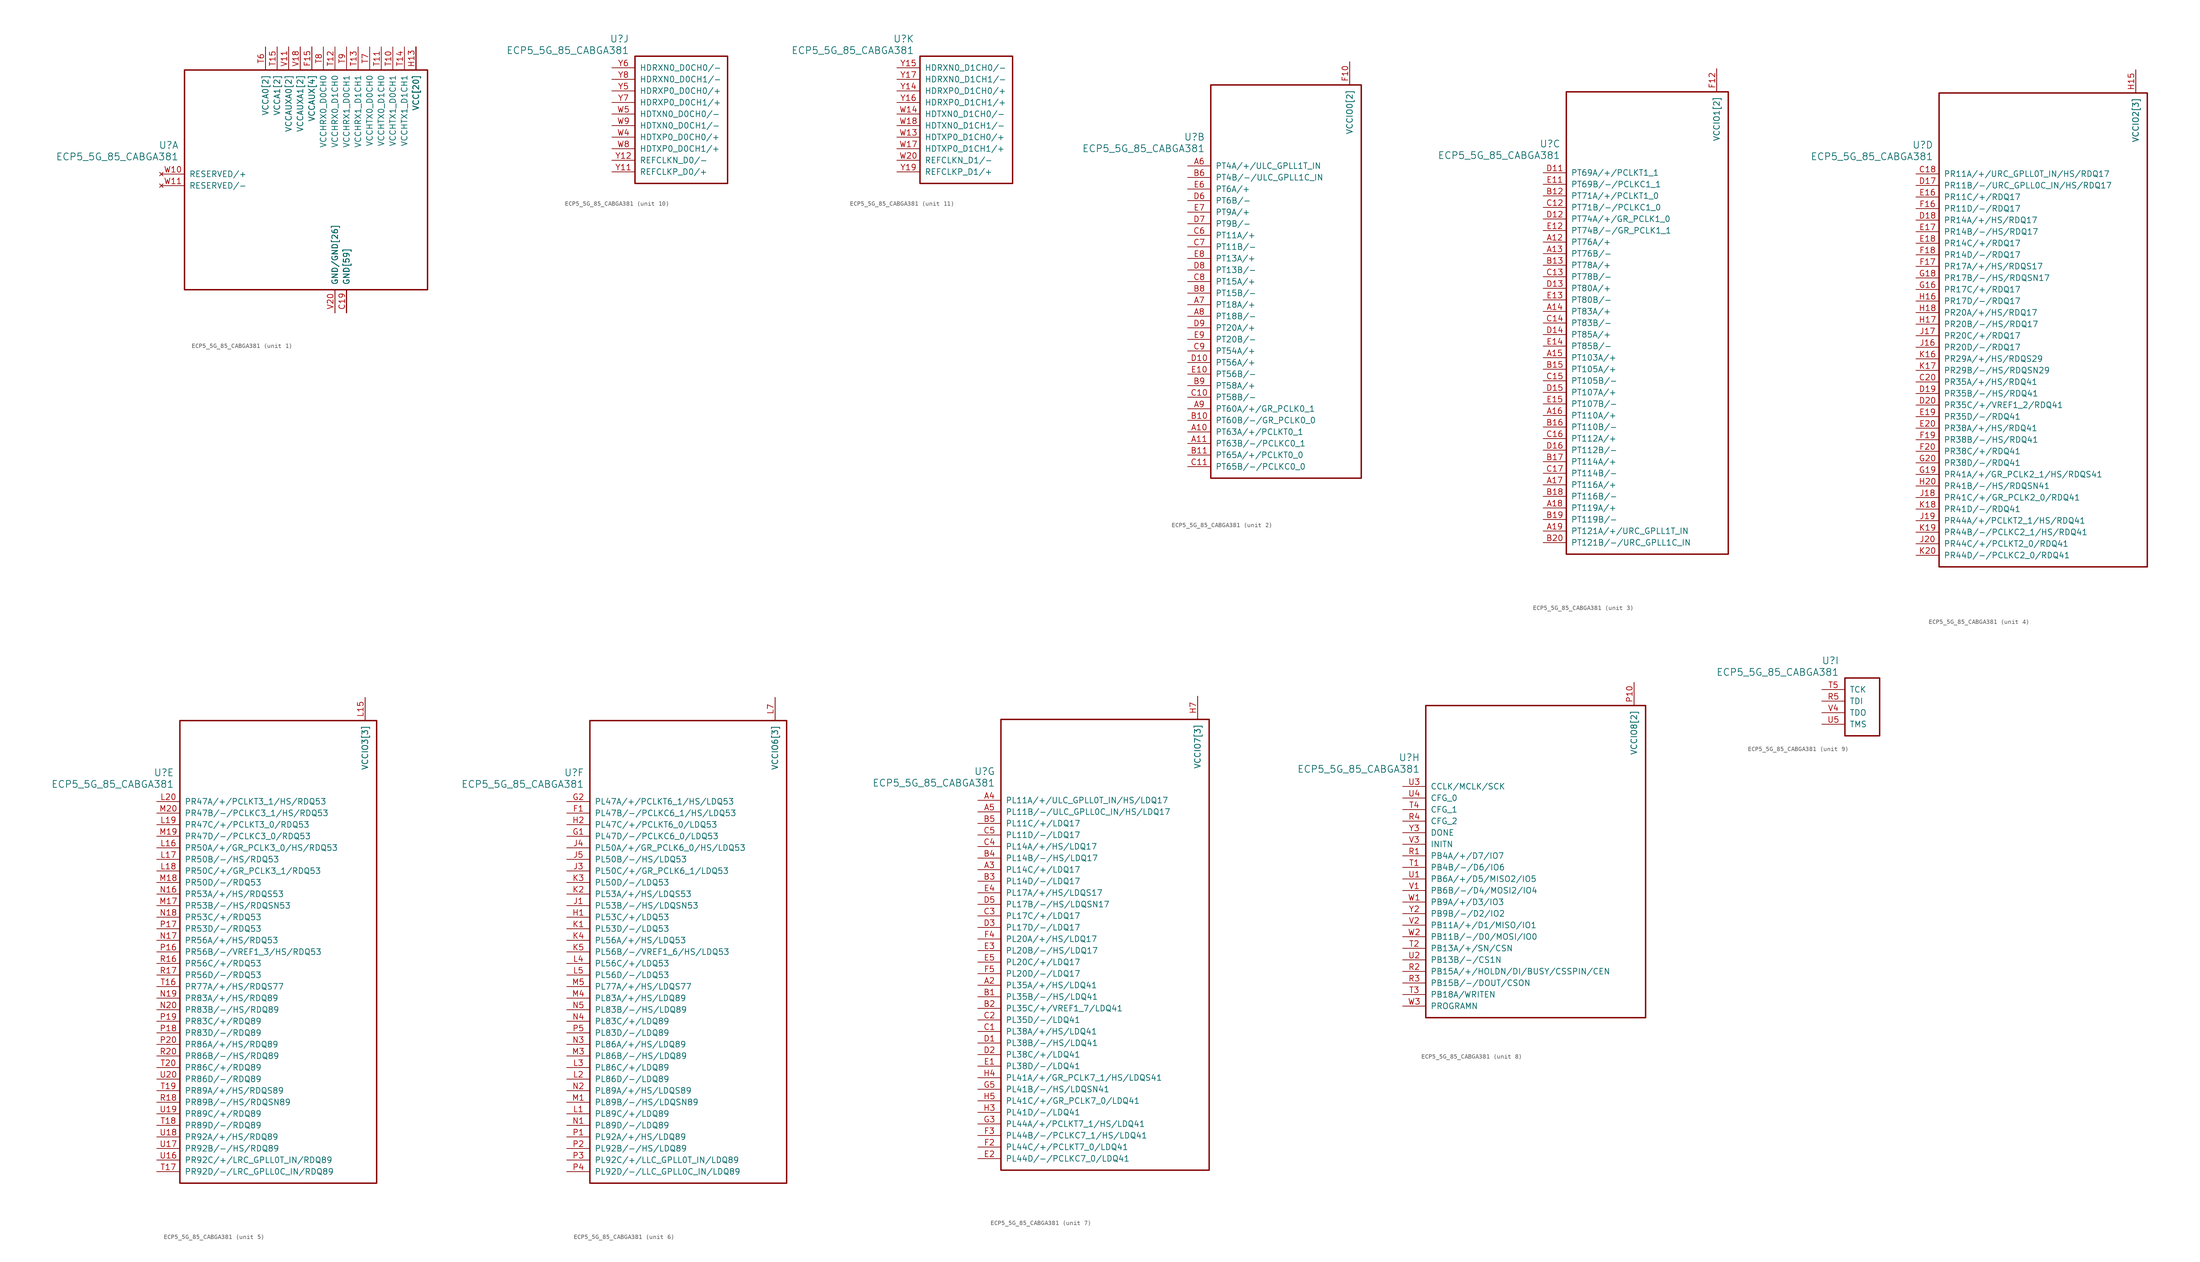
<source format=kicad_sym>
(kicad_symbol_lib
  (version 20241209)
  (generator "kicad_symbol_editor")
  (generator_version "9.0")
  (symbol "ECP5_5G_85_CABGA381"
    (pin_names
      (offset 1.016))
    (property "Reference" "U"
      (at 3.81 6.35 0)
      (effects (font (size 1.524 1.524)) (justify right)))
    (property "Value" "ECP5_5G_85_CABGA381"
      (at 3.81 3.81 0)
      (effects (font (size 1.524 1.524)) (justify right)))
    (property "ki_locked" ""
      (at 0 0 0)
      (effects (font (size 1.27 1.27))))
    (symbol "ECP5_5G_85_CABGA381_1_1"
      (rectangle (start 5.08 22.86) (end 58.42 -25.4) (stroke (width 0.305) (type solid)) (fill (type none)))
      (pin no_connect line (at 0 0 0) (length 5.08) (name "RESERVED/+" (effects (font (size 1.27 1.27)))) (number "W10" (effects (font (size 1.27 1.27)))))
      (pin no_connect line (at 0 -2.54 0) (length 5.08) (name "RESERVED/-" (effects (font (size 1.27 1.27)))) (number "W11" (effects (font (size 1.27 1.27)))))
      (pin power_in line (at 22.86 27.94 270) (length 5.08) (name "VCCA0[2]" (effects (font (size 1.27 1.27)))) (number "T6" (effects (font (size 1.27 1.27)))))
      (pin power_in line (at 22.86 27.94 270) (length 5.08) (name "VCCA0[2]" (effects (font (size 1.27 1.27)))) (number "U6" (effects (font (size 0 0)))))
      (pin power_in line (at 25.4 27.94 270) (length 5.08) (name "VCCA1[2]" (effects (font (size 1.27 1.27)))) (number "T15" (effects (font (size 1.27 1.27)))))
      (pin power_in line (at 25.4 27.94 270) (length 5.08) (name "VCCA1[2]" (effects (font (size 1.27 1.27)))) (number "U15" (effects (font (size 0 0)))))
      (pin power_in line (at 27.94 27.94 270) (length 5.08) (name "VCCAUXA0[2]" (effects (font (size 1.27 1.27)))) (number "V10" (effects (font (size 0 0)))))
      (pin power_in line (at 27.94 27.94 270) (length 5.08) (name "VCCAUXA0[2]" (effects (font (size 1.27 1.27)))) (number "V11" (effects (font (size 1.27 1.27)))))
      (pin power_in line (at 30.48 27.94 270) (length 5.08) (name "VCCAUXA1[2]" (effects (font (size 1.27 1.27)))) (number "V17" (effects (font (size 0 0)))))
      (pin power_in line (at 30.48 27.94 270) (length 5.08) (name "VCCAUXA1[2]" (effects (font (size 1.27 1.27)))) (number "V18" (effects (font (size 1.27 1.27)))))
      (pin power_in line (at 33.02 27.94 270) (length 5.08) (name "VCCAUX[4]" (effects (font (size 1.27 1.27)))) (number "F15" (effects (font (size 1.27 1.27)))))
      (pin power_in line (at 33.02 27.94 270) (length 5.08) (name "VCCAUX[4]" (effects (font (size 1.27 1.27)))) (number "F6" (effects (font (size 0 0)))))
      (pin power_in line (at 33.02 27.94 270) (length 5.08) (name "VCCAUX[4]" (effects (font (size 1.27 1.27)))) (number "P15" (effects (font (size 0 0)))))
      (pin power_in line (at 33.02 27.94 270) (length 5.08) (name "VCCAUX[4]" (effects (font (size 1.27 1.27)))) (number "P6" (effects (font (size 0 0)))))
      (pin power_in line (at 35.56 27.94 270) (length 5.08) (name "VCCHRX0_D0CH0" (effects (font (size 1.27 1.27)))) (number "T8" (effects (font (size 1.27 1.27)))))
      (pin power_in line (at 38.1 27.94 270) (length 5.08) (name "VCCHRX0_D1CH0" (effects (font (size 1.27 1.27)))) (number "T12" (effects (font (size 1.27 1.27)))))
      (pin power_in line (at 38.1 -30.48 90) (length 5.08) (name "GND/GND[26]" (effects (font (size 1.27 1.27)))) (number "U10" (effects (font (size 0 0)))))
      (pin power_in line (at 38.1 -30.48 90) (length 5.08) (name "GND/GND[26]" (effects (font (size 1.27 1.27)))) (number "U11" (effects (font (size 0 0)))))
      (pin power_in line (at 38.1 -30.48 90) (length 5.08) (name "GND/GND[26]" (effects (font (size 1.27 1.27)))) (number "U12" (effects (font (size 0 0)))))
      (pin power_in line (at 38.1 -30.48 90) (length 5.08) (name "GND/GND[26]" (effects (font (size 1.27 1.27)))) (number "U13" (effects (font (size 0 0)))))
      (pin power_in line (at 38.1 -30.48 90) (length 5.08) (name "GND/GND[26]" (effects (font (size 1.27 1.27)))) (number "U14" (effects (font (size 0 0)))))
      (pin power_in line (at 38.1 -30.48 90) (length 5.08) (name "GND/GND[26]" (effects (font (size 1.27 1.27)))) (number "U7" (effects (font (size 0 0)))))
      (pin power_in line (at 38.1 -30.48 90) (length 5.08) (name "GND/GND[26]" (effects (font (size 1.27 1.27)))) (number "U8" (effects (font (size 0 0)))))
      (pin power_in line (at 38.1 -30.48 90) (length 5.08) (name "GND/GND[26]" (effects (font (size 1.27 1.27)))) (number "U9" (effects (font (size 0 0)))))
      (pin power_in line (at 38.1 -30.48 90) (length 5.08) (name "GND/GND[26]" (effects (font (size 1.27 1.27)))) (number "V12" (effects (font (size 0 0)))))
      (pin power_in line (at 38.1 -30.48 90) (length 5.08) (name "GND/GND[26]" (effects (font (size 1.27 1.27)))) (number "V13" (effects (font (size 0 0)))))
      (pin power_in line (at 38.1 -30.48 90) (length 5.08) (name "GND/GND[26]" (effects (font (size 1.27 1.27)))) (number "V14" (effects (font (size 0 0)))))
      (pin power_in line (at 38.1 -30.48 90) (length 5.08) (name "GND/GND[26]" (effects (font (size 1.27 1.27)))) (number "V15" (effects (font (size 0 0)))))
      (pin power_in line (at 38.1 -30.48 90) (length 5.08) (name "GND/GND[26]" (effects (font (size 1.27 1.27)))) (number "V16" (effects (font (size 0 0)))))
      (pin power_in line (at 38.1 -30.48 90) (length 5.08) (name "GND/GND[26]" (effects (font (size 1.27 1.27)))) (number "V19" (effects (font (size 0 0)))))
      (pin power_in line (at 38.1 -30.48 90) (length 5.08) (name "GND/GND[26]" (effects (font (size 1.27 1.27)))) (number "V20" (effects (font (size 1.27 1.27)))))
      (pin power_in line (at 38.1 -30.48 90) (length 5.08) (name "GND/GND[26]" (effects (font (size 1.27 1.27)))) (number "V5" (effects (font (size 0 0)))))
      (pin power_in line (at 38.1 -30.48 90) (length 5.08) (name "GND/GND[26]" (effects (font (size 1.27 1.27)))) (number "V6" (effects (font (size 0 0)))))
      (pin power_in line (at 38.1 -30.48 90) (length 5.08) (name "GND/GND[26]" (effects (font (size 1.27 1.27)))) (number "V7" (effects (font (size 0 0)))))
      (pin power_in line (at 38.1 -30.48 90) (length 5.08) (name "GND/GND[26]" (effects (font (size 1.27 1.27)))) (number "V8" (effects (font (size 0 0)))))
      (pin power_in line (at 38.1 -30.48 90) (length 5.08) (name "GND/GND[26]" (effects (font (size 1.27 1.27)))) (number "V9" (effects (font (size 0 0)))))
      (pin power_in line (at 38.1 -30.48 90) (length 5.08) (name "GND/GND[26]" (effects (font (size 1.27 1.27)))) (number "W12" (effects (font (size 0 0)))))
      (pin power_in line (at 38.1 -30.48 90) (length 5.08) (name "GND/GND[26]" (effects (font (size 1.27 1.27)))) (number "W15" (effects (font (size 0 0)))))
      (pin power_in line (at 38.1 -30.48 90) (length 5.08) (name "GND/GND[26]" (effects (font (size 1.27 1.27)))) (number "W16" (effects (font (size 0 0)))))
      (pin power_in line (at 38.1 -30.48 90) (length 5.08) (name "GND/GND[26]" (effects (font (size 1.27 1.27)))) (number "W19" (effects (font (size 0 0)))))
      (pin power_in line (at 38.1 -30.48 90) (length 5.08) (name "GND/GND[26]" (effects (font (size 1.27 1.27)))) (number "W6" (effects (font (size 0 0)))))
      (pin power_in line (at 38.1 -30.48 90) (length 5.08) (name "GND/GND[26]" (effects (font (size 1.27 1.27)))) (number "W7" (effects (font (size 0 0)))))
      (pin power_in line (at 40.64 27.94 270) (length 5.08) (name "VCCHRX1_D0CH1" (effects (font (size 1.27 1.27)))) (number "T9" (effects (font (size 1.27 1.27)))))
      (pin power_in line (at 40.64 -30.48 90) (length 5.08) (name "GND[59]" (effects (font (size 1.27 1.27)))) (number "B14" (effects (font (size 0 0)))))
      (pin power_in line (at 40.64 -30.48 90) (length 5.08) (name "GND[59]" (effects (font (size 1.27 1.27)))) (number "B7" (effects (font (size 0 0)))))
      (pin power_in line (at 40.64 -30.48 90) (length 5.08) (name "GND[59]" (effects (font (size 1.27 1.27)))) (number "C19" (effects (font (size 1.27 1.27)))))
      (pin power_in line (at 40.64 -30.48 90) (length 5.08) (name "GND[59]" (effects (font (size 1.27 1.27)))) (number "D4" (effects (font (size 0 0)))))
      (pin power_in line (at 40.64 -30.48 90) (length 5.08) (name "GND[59]" (effects (font (size 1.27 1.27)))) (number "F13" (effects (font (size 0 0)))))
      (pin power_in line (at 40.64 -30.48 90) (length 5.08) (name "GND[59]" (effects (font (size 1.27 1.27)))) (number "F14" (effects (font (size 0 0)))))
      (pin power_in line (at 40.64 -30.48 90) (length 5.08) (name "GND[59]" (effects (font (size 1.27 1.27)))) (number "F7" (effects (font (size 0 0)))))
      (pin power_in line (at 40.64 -30.48 90) (length 5.08) (name "GND[59]" (effects (font (size 1.27 1.27)))) (number "F8" (effects (font (size 0 0)))))
      (pin power_in line (at 40.64 -30.48 90) (length 5.08) (name "GND[59]" (effects (font (size 1.27 1.27)))) (number "G10" (effects (font (size 0 0)))))
      (pin power_in line (at 40.64 -30.48 90) (length 5.08) (name "GND[59]" (effects (font (size 1.27 1.27)))) (number "G11" (effects (font (size 0 0)))))
      (pin power_in line (at 40.64 -30.48 90) (length 5.08) (name "GND[59]" (effects (font (size 1.27 1.27)))) (number "G12" (effects (font (size 0 0)))))
      (pin power_in line (at 40.64 -30.48 90) (length 5.08) (name "GND[59]" (effects (font (size 1.27 1.27)))) (number "G13" (effects (font (size 0 0)))))
      (pin power_in line (at 40.64 -30.48 90) (length 5.08) (name "GND[59]" (effects (font (size 1.27 1.27)))) (number "G14" (effects (font (size 0 0)))))
      (pin power_in line (at 40.64 -30.48 90) (length 5.08) (name "GND[59]" (effects (font (size 1.27 1.27)))) (number "G15" (effects (font (size 0 0)))))
      (pin power_in line (at 40.64 -30.48 90) (length 5.08) (name "GND[59]" (effects (font (size 1.27 1.27)))) (number "G17" (effects (font (size 0 0)))))
      (pin power_in line (at 40.64 -30.48 90) (length 5.08) (name "GND[59]" (effects (font (size 1.27 1.27)))) (number "G4" (effects (font (size 0 0)))))
      (pin power_in line (at 40.64 -30.48 90) (length 5.08) (name "GND[59]" (effects (font (size 1.27 1.27)))) (number "G6" (effects (font (size 0 0)))))
      (pin power_in line (at 40.64 -30.48 90) (length 5.08) (name "GND[59]" (effects (font (size 1.27 1.27)))) (number "G7" (effects (font (size 0 0)))))
      (pin power_in line (at 40.64 -30.48 90) (length 5.08) (name "GND[59]" (effects (font (size 1.27 1.27)))) (number "G8" (effects (font (size 0 0)))))
      (pin power_in line (at 40.64 -30.48 90) (length 5.08) (name "GND[59]" (effects (font (size 1.27 1.27)))) (number "G9" (effects (font (size 0 0)))))
      (pin power_in line (at 40.64 -30.48 90) (length 5.08) (name "GND[59]" (effects (font (size 1.27 1.27)))) (number "H19" (effects (font (size 0 0)))))
      (pin power_in line (at 40.64 -30.48 90) (length 5.08) (name "GND[59]" (effects (font (size 1.27 1.27)))) (number "J10" (effects (font (size 0 0)))))
      (pin power_in line (at 40.64 -30.48 90) (length 5.08) (name "GND[59]" (effects (font (size 1.27 1.27)))) (number "J11" (effects (font (size 0 0)))))
      (pin power_in line (at 40.64 -30.48 90) (length 5.08) (name "GND[59]" (effects (font (size 1.27 1.27)))) (number "J12" (effects (font (size 0 0)))))
      (pin power_in line (at 40.64 -30.48 90) (length 5.08) (name "GND[59]" (effects (font (size 1.27 1.27)))) (number "J14" (effects (font (size 0 0)))))
      (pin power_in line (at 40.64 -30.48 90) (length 5.08) (name "GND[59]" (effects (font (size 1.27 1.27)))) (number "J2" (effects (font (size 0 0)))))
      (pin power_in line (at 40.64 -30.48 90) (length 5.08) (name "GND[59]" (effects (font (size 1.27 1.27)))) (number "J7" (effects (font (size 0 0)))))
      (pin power_in line (at 40.64 -30.48 90) (length 5.08) (name "GND[59]" (effects (font (size 1.27 1.27)))) (number "J9" (effects (font (size 0 0)))))
      (pin power_in line (at 40.64 -30.48 90) (length 5.08) (name "GND[59]" (effects (font (size 1.27 1.27)))) (number "K10" (effects (font (size 0 0)))))
      (pin power_in line (at 40.64 -30.48 90) (length 5.08) (name "GND[59]" (effects (font (size 1.27 1.27)))) (number "K11" (effects (font (size 0 0)))))
      (pin power_in line (at 40.64 -30.48 90) (length 5.08) (name "GND[59]" (effects (font (size 1.27 1.27)))) (number "K12" (effects (font (size 0 0)))))
      (pin power_in line (at 40.64 -30.48 90) (length 5.08) (name "GND[59]" (effects (font (size 1.27 1.27)))) (number "K14" (effects (font (size 0 0)))))
      (pin power_in line (at 40.64 -30.48 90) (length 5.08) (name "GND[59]" (effects (font (size 1.27 1.27)))) (number "K15" (effects (font (size 0 0)))))
      (pin power_in line (at 40.64 -30.48 90) (length 5.08) (name "GND[59]" (effects (font (size 1.27 1.27)))) (number "K6" (effects (font (size 0 0)))))
      (pin power_in line (at 40.64 -30.48 90) (length 5.08) (name "GND[59]" (effects (font (size 1.27 1.27)))) (number "K7" (effects (font (size 0 0)))))
      (pin power_in line (at 40.64 -30.48 90) (length 5.08) (name "GND[59]" (effects (font (size 1.27 1.27)))) (number "K9" (effects (font (size 0 0)))))
      (pin power_in line (at 40.64 -30.48 90) (length 5.08) (name "GND[59]" (effects (font (size 1.27 1.27)))) (number "L10" (effects (font (size 0 0)))))
      (pin power_in line (at 40.64 -30.48 90) (length 5.08) (name "GND[59]" (effects (font (size 1.27 1.27)))) (number "L11" (effects (font (size 0 0)))))
      (pin power_in line (at 40.64 -30.48 90) (length 5.08) (name "GND[59]" (effects (font (size 1.27 1.27)))) (number "L12" (effects (font (size 0 0)))))
      (pin power_in line (at 40.64 -30.48 90) (length 5.08) (name "GND[59]" (effects (font (size 1.27 1.27)))) (number "L9" (effects (font (size 0 0)))))
      (pin power_in line (at 40.64 -30.48 90) (length 5.08) (name "GND[59]" (effects (font (size 1.27 1.27)))) (number "M10" (effects (font (size 0 0)))))
      (pin power_in line (at 40.64 -30.48 90) (length 5.08) (name "GND[59]" (effects (font (size 1.27 1.27)))) (number "M11" (effects (font (size 0 0)))))
      (pin power_in line (at 40.64 -30.48 90) (length 5.08) (name "GND[59]" (effects (font (size 1.27 1.27)))) (number "M12" (effects (font (size 0 0)))))
      (pin power_in line (at 40.64 -30.48 90) (length 5.08) (name "GND[59]" (effects (font (size 1.27 1.27)))) (number "M14" (effects (font (size 0 0)))))
      (pin power_in line (at 40.64 -30.48 90) (length 5.08) (name "GND[59]" (effects (font (size 1.27 1.27)))) (number "M16" (effects (font (size 0 0)))))
      (pin power_in line (at 40.64 -30.48 90) (length 5.08) (name "GND[59]" (effects (font (size 1.27 1.27)))) (number "M2" (effects (font (size 0 0)))))
      (pin power_in line (at 40.64 -30.48 90) (length 5.08) (name "GND[59]" (effects (font (size 1.27 1.27)))) (number "M7" (effects (font (size 0 0)))))
      (pin power_in line (at 40.64 -30.48 90) (length 5.08) (name "GND[59]" (effects (font (size 1.27 1.27)))) (number "M9" (effects (font (size 0 0)))))
      (pin power_in line (at 40.64 -30.48 90) (length 5.08) (name "GND[59]" (effects (font (size 1.27 1.27)))) (number "N14" (effects (font (size 0 0)))))
      (pin power_in line (at 40.64 -30.48 90) (length 5.08) (name "GND[59]" (effects (font (size 1.27 1.27)))) (number "N15" (effects (font (size 0 0)))))
      (pin power_in line (at 40.64 -30.48 90) (length 5.08) (name "GND[59]" (effects (font (size 1.27 1.27)))) (number "N6" (effects (font (size 0 0)))))
      (pin power_in line (at 40.64 -30.48 90) (length 5.08) (name "GND[59]" (effects (font (size 1.27 1.27)))) (number "N7" (effects (font (size 0 0)))))
      (pin power_in line (at 40.64 -30.48 90) (length 5.08) (name "GND[59]" (effects (font (size 1.27 1.27)))) (number "P11" (effects (font (size 0 0)))))
      (pin power_in line (at 40.64 -30.48 90) (length 5.08) (name "GND[59]" (effects (font (size 1.27 1.27)))) (number "P12" (effects (font (size 0 0)))))
      (pin power_in line (at 40.64 -30.48 90) (length 5.08) (name "GND[59]" (effects (font (size 1.27 1.27)))) (number "P13" (effects (font (size 0 0)))))
      (pin power_in line (at 40.64 -30.48 90) (length 5.08) (name "GND[59]" (effects (font (size 1.27 1.27)))) (number "P14" (effects (font (size 0 0)))))
      (pin power_in line (at 40.64 -30.48 90) (length 5.08) (name "GND[59]" (effects (font (size 1.27 1.27)))) (number "P7" (effects (font (size 0 0)))))
      (pin power_in line (at 40.64 -30.48 90) (length 5.08) (name "GND[59]" (effects (font (size 1.27 1.27)))) (number "P8" (effects (font (size 0 0)))))
      (pin power_in line (at 40.64 -30.48 90) (length 5.08) (name "GND[59]" (effects (font (size 1.27 1.27)))) (number "R19" (effects (font (size 0 0)))))
      (pin power_in line (at 43.18 27.94 270) (length 5.08) (name "VCCHRX1_D1CH1" (effects (font (size 1.27 1.27)))) (number "T13" (effects (font (size 1.27 1.27)))))
      (pin power_in line (at 45.72 27.94 270) (length 5.08) (name "VCCHTX0_D0CH0" (effects (font (size 1.27 1.27)))) (number "T7" (effects (font (size 1.27 1.27)))))
      (pin power_in line (at 48.26 27.94 270) (length 5.08) (name "VCCHTX0_D1CH0" (effects (font (size 1.27 1.27)))) (number "T11" (effects (font (size 1.27 1.27)))))
      (pin power_in line (at 50.8 27.94 270) (length 5.08) (name "VCCHTX1_D0CH1" (effects (font (size 1.27 1.27)))) (number "T10" (effects (font (size 1.27 1.27)))))
      (pin power_in line (at 53.34 27.94 270) (length 5.08) (name "VCCHTX1_D1CH1" (effects (font (size 1.27 1.27)))) (number "T14" (effects (font (size 1.27 1.27)))))
      (pin power_in line (at 55.88 27.94 270) (length 5.08) (name "VCC[20]" (effects (font (size 1.27 1.27)))) (number "H10" (effects (font (size 0 0)))))
      (pin power_in line (at 55.88 27.94 270) (length 5.08) (name "VCC[20]" (effects (font (size 1.27 1.27)))) (number "H11" (effects (font (size 0 0)))))
      (pin power_in line (at 55.88 27.94 270) (length 5.08) (name "VCC[20]" (effects (font (size 1.27 1.27)))) (number "H12" (effects (font (size 0 0)))))
      (pin power_in line (at 55.88 27.94 270) (length 5.08) (name "VCC[20]" (effects (font (size 1.27 1.27)))) (number "H13" (effects (font (size 1.27 1.27)))))
      (pin power_in line (at 55.88 27.94 270) (length 5.08) (name "VCC[20]" (effects (font (size 1.27 1.27)))) (number "H8" (effects (font (size 0 0)))))
      (pin power_in line (at 55.88 27.94 270) (length 5.08) (name "VCC[20]" (effects (font (size 1.27 1.27)))) (number "H9" (effects (font (size 0 0)))))
      (pin power_in line (at 55.88 27.94 270) (length 5.08) (name "VCC[20]" (effects (font (size 1.27 1.27)))) (number "J13" (effects (font (size 0 0)))))
      (pin power_in line (at 55.88 27.94 270) (length 5.08) (name "VCC[20]" (effects (font (size 1.27 1.27)))) (number "J8" (effects (font (size 0 0)))))
      (pin power_in line (at 55.88 27.94 270) (length 5.08) (name "VCC[20]" (effects (font (size 1.27 1.27)))) (number "K13" (effects (font (size 0 0)))))
      (pin power_in line (at 55.88 27.94 270) (length 5.08) (name "VCC[20]" (effects (font (size 1.27 1.27)))) (number "K8" (effects (font (size 0 0)))))
      (pin power_in line (at 55.88 27.94 270) (length 5.08) (name "VCC[20]" (effects (font (size 1.27 1.27)))) (number "L13" (effects (font (size 0 0)))))
      (pin power_in line (at 55.88 27.94 270) (length 5.08) (name "VCC[20]" (effects (font (size 1.27 1.27)))) (number "L8" (effects (font (size 0 0)))))
      (pin power_in line (at 55.88 27.94 270) (length 5.08) (name "VCC[20]" (effects (font (size 1.27 1.27)))) (number "M13" (effects (font (size 0 0)))))
      (pin power_in line (at 55.88 27.94 270) (length 5.08) (name "VCC[20]" (effects (font (size 1.27 1.27)))) (number "M8" (effects (font (size 0 0)))))
      (pin power_in line (at 55.88 27.94 270) (length 5.08) (name "VCC[20]" (effects (font (size 1.27 1.27)))) (number "N10" (effects (font (size 0 0)))))
      (pin power_in line (at 55.88 27.94 270) (length 5.08) (name "VCC[20]" (effects (font (size 1.27 1.27)))) (number "N11" (effects (font (size 0 0)))))
      (pin power_in line (at 55.88 27.94 270) (length 5.08) (name "VCC[20]" (effects (font (size 1.27 1.27)))) (number "N12" (effects (font (size 0 0)))))
      (pin power_in line (at 55.88 27.94 270) (length 5.08) (name "VCC[20]" (effects (font (size 1.27 1.27)))) (number "N13" (effects (font (size 0 0)))))
      (pin power_in line (at 55.88 27.94 270) (length 5.08) (name "VCC[20]" (effects (font (size 1.27 1.27)))) (number "N8" (effects (font (size 0 0)))))
      (pin power_in line (at 55.88 27.94 270) (length 5.08) (name "VCC[20]" (effects (font (size 1.27 1.27)))) (number "N9" (effects (font (size 0 0))))))
    (symbol "ECP5_5G_85_CABGA381_2_1"
      (rectangle (start 5.08 17.78) (end 38.1 -68.58) (stroke (width 0.305) (type solid)) (fill (type none)))
      (pin bidirectional line (at 0 0 0) (length 5.08) (name "PT4A/+/ULC_GPLL1T_IN" (effects (font (size 1.27 1.27)))) (number "A6" (effects (font (size 1.27 1.27)))))
      (pin bidirectional line (at 0 -2.54 0) (length 5.08) (name "PT4B/-/ULC_GPLL1C_IN" (effects (font (size 1.27 1.27)))) (number "B6" (effects (font (size 1.27 1.27)))))
      (pin bidirectional line (at 0 -5.08 0) (length 5.08) (name "PT6A/+" (effects (font (size 1.27 1.27)))) (number "E6" (effects (font (size 1.27 1.27)))))
      (pin bidirectional line (at 0 -7.62 0) (length 5.08) (name "PT6B/-" (effects (font (size 1.27 1.27)))) (number "D6" (effects (font (size 1.27 1.27)))))
      (pin bidirectional line (at 0 -10.16 0) (length 5.08) (name "PT9A/+" (effects (font (size 1.27 1.27)))) (number "E7" (effects (font (size 1.27 1.27)))))
      (pin bidirectional line (at 0 -12.7 0) (length 5.08) (name "PT9B/-" (effects (font (size 1.27 1.27)))) (number "D7" (effects (font (size 1.27 1.27)))))
      (pin bidirectional line (at 0 -15.24 0) (length 5.08) (name "PT11A/+" (effects (font (size 1.27 1.27)))) (number "C6" (effects (font (size 1.27 1.27)))))
      (pin bidirectional line (at 0 -17.78 0) (length 5.08) (name "PT11B/-" (effects (font (size 1.27 1.27)))) (number "C7" (effects (font (size 1.27 1.27)))))
      (pin bidirectional line (at 0 -20.32 0) (length 5.08) (name "PT13A/+" (effects (font (size 1.27 1.27)))) (number "E8" (effects (font (size 1.27 1.27)))))
      (pin bidirectional line (at 0 -22.86 0) (length 5.08) (name "PT13B/-" (effects (font (size 1.27 1.27)))) (number "D8" (effects (font (size 1.27 1.27)))))
      (pin bidirectional line (at 0 -25.4 0) (length 5.08) (name "PT15A/+" (effects (font (size 1.27 1.27)))) (number "C8" (effects (font (size 1.27 1.27)))))
      (pin bidirectional line (at 0 -27.94 0) (length 5.08) (name "PT15B/-" (effects (font (size 1.27 1.27)))) (number "B8" (effects (font (size 1.27 1.27)))))
      (pin bidirectional line (at 0 -30.48 0) (length 5.08) (name "PT18A/+" (effects (font (size 1.27 1.27)))) (number "A7" (effects (font (size 1.27 1.27)))))
      (pin bidirectional line (at 0 -33.02 0) (length 5.08) (name "PT18B/-" (effects (font (size 1.27 1.27)))) (number "A8" (effects (font (size 1.27 1.27)))))
      (pin bidirectional line (at 0 -35.56 0) (length 5.08) (name "PT20A/+" (effects (font (size 1.27 1.27)))) (number "D9" (effects (font (size 1.27 1.27)))))
      (pin bidirectional line (at 0 -38.1 0) (length 5.08) (name "PT20B/-" (effects (font (size 1.27 1.27)))) (number "E9" (effects (font (size 1.27 1.27)))))
      (pin bidirectional line (at 0 -40.64 0) (length 5.08) (name "PT54A/+" (effects (font (size 1.27 1.27)))) (number "C9" (effects (font (size 1.27 1.27)))))
      (pin bidirectional line (at 0 -43.18 0) (length 5.08) (name "PT56A/+" (effects (font (size 1.27 1.27)))) (number "D10" (effects (font (size 1.27 1.27)))))
      (pin bidirectional line (at 0 -45.72 0) (length 5.08) (name "PT56B/-" (effects (font (size 1.27 1.27)))) (number "E10" (effects (font (size 1.27 1.27)))))
      (pin bidirectional line (at 0 -48.26 0) (length 5.08) (name "PT58A/+" (effects (font (size 1.27 1.27)))) (number "B9" (effects (font (size 1.27 1.27)))))
      (pin bidirectional line (at 0 -50.8 0) (length 5.08) (name "PT58B/-" (effects (font (size 1.27 1.27)))) (number "C10" (effects (font (size 1.27 1.27)))))
      (pin bidirectional line (at 0 -53.34 0) (length 5.08) (name "PT60A/+/GR_PCLK0_1" (effects (font (size 1.27 1.27)))) (number "A9" (effects (font (size 1.27 1.27)))))
      (pin bidirectional line (at 0 -55.88 0) (length 5.08) (name "PT60B/-/GR_PCLK0_0" (effects (font (size 1.27 1.27)))) (number "B10" (effects (font (size 1.27 1.27)))))
      (pin bidirectional line (at 0 -58.42 0) (length 5.08) (name "PT63A/+/PCLKT0_1" (effects (font (size 1.27 1.27)))) (number "A10" (effects (font (size 1.27 1.27)))))
      (pin bidirectional line (at 0 -60.96 0) (length 5.08) (name "PT63B/-/PCLKC0_1" (effects (font (size 1.27 1.27)))) (number "A11" (effects (font (size 1.27 1.27)))))
      (pin bidirectional line (at 0 -63.5 0) (length 5.08) (name "PT65A/+/PCLKT0_0" (effects (font (size 1.27 1.27)))) (number "B11" (effects (font (size 1.27 1.27)))))
      (pin bidirectional line (at 0 -66.04 0) (length 5.08) (name "PT65B/-/PCLKC0_0" (effects (font (size 1.27 1.27)))) (number "C11" (effects (font (size 1.27 1.27)))))
      (pin power_in line (at 35.56 22.86 270) (length 5.08) (name "VCCIO0[2]" (effects (font (size 1.27 1.27)))) (number "F10" (effects (font (size 1.27 1.27)))))
      (pin power_in line (at 35.56 22.86 270) (length 5.08) (name "VCCIO0[2]" (effects (font (size 1.27 1.27)))) (number "F9" (effects (font (size 0 0))))))
    (symbol "ECP5_5G_85_CABGA381_3_1"
      (rectangle (start 5.08 17.78) (end 40.64 -83.82) (stroke (width 0.305) (type solid)) (fill (type none)))
      (pin bidirectional line (at 0 0 0) (length 5.08) (name "PT69A/+/PCLKT1_1" (effects (font (size 1.27 1.27)))) (number "D11" (effects (font (size 1.27 1.27)))))
      (pin bidirectional line (at 0 -2.54 0) (length 5.08) (name "PT69B/-/PCLKC1_1" (effects (font (size 1.27 1.27)))) (number "E11" (effects (font (size 1.27 1.27)))))
      (pin bidirectional line (at 0 -5.08 0) (length 5.08) (name "PT71A/+/PCLKT1_0" (effects (font (size 1.27 1.27)))) (number "B12" (effects (font (size 1.27 1.27)))))
      (pin bidirectional line (at 0 -7.62 0) (length 5.08) (name "PT71B/-/PCLKC1_0" (effects (font (size 1.27 1.27)))) (number "C12" (effects (font (size 1.27 1.27)))))
      (pin bidirectional line (at 0 -10.16 0) (length 5.08) (name "PT74A/+/GR_PCLK1_0" (effects (font (size 1.27 1.27)))) (number "D12" (effects (font (size 1.27 1.27)))))
      (pin bidirectional line (at 0 -12.7 0) (length 5.08) (name "PT74B/-/GR_PCLK1_1" (effects (font (size 1.27 1.27)))) (number "E12" (effects (font (size 1.27 1.27)))))
      (pin bidirectional line (at 0 -15.24 0) (length 5.08) (name "PT76A/+" (effects (font (size 1.27 1.27)))) (number "A12" (effects (font (size 1.27 1.27)))))
      (pin bidirectional line (at 0 -17.78 0) (length 5.08) (name "PT76B/-" (effects (font (size 1.27 1.27)))) (number "A13" (effects (font (size 1.27 1.27)))))
      (pin bidirectional line (at 0 -20.32 0) (length 5.08) (name "PT78A/+" (effects (font (size 1.27 1.27)))) (number "B13" (effects (font (size 1.27 1.27)))))
      (pin bidirectional line (at 0 -22.86 0) (length 5.08) (name "PT78B/-" (effects (font (size 1.27 1.27)))) (number "C13" (effects (font (size 1.27 1.27)))))
      (pin bidirectional line (at 0 -25.4 0) (length 5.08) (name "PT80A/+" (effects (font (size 1.27 1.27)))) (number "D13" (effects (font (size 1.27 1.27)))))
      (pin bidirectional line (at 0 -27.94 0) (length 5.08) (name "PT80B/-" (effects (font (size 1.27 1.27)))) (number "E13" (effects (font (size 1.27 1.27)))))
      (pin bidirectional line (at 0 -30.48 0) (length 5.08) (name "PT83A/+" (effects (font (size 1.27 1.27)))) (number "A14" (effects (font (size 1.27 1.27)))))
      (pin bidirectional line (at 0 -33.02 0) (length 5.08) (name "PT83B/-" (effects (font (size 1.27 1.27)))) (number "C14" (effects (font (size 1.27 1.27)))))
      (pin bidirectional line (at 0 -35.56 0) (length 5.08) (name "PT85A/+" (effects (font (size 1.27 1.27)))) (number "D14" (effects (font (size 1.27 1.27)))))
      (pin bidirectional line (at 0 -38.1 0) (length 5.08) (name "PT85B/-" (effects (font (size 1.27 1.27)))) (number "E14" (effects (font (size 1.27 1.27)))))
      (pin bidirectional line (at 0 -40.64 0) (length 5.08) (name "PT103A/+" (effects (font (size 1.27 1.27)))) (number "A15" (effects (font (size 1.27 1.27)))))
      (pin bidirectional line (at 0 -43.18 0) (length 5.08) (name "PT105A/+" (effects (font (size 1.27 1.27)))) (number "B15" (effects (font (size 1.27 1.27)))))
      (pin bidirectional line (at 0 -45.72 0) (length 5.08) (name "PT105B/-" (effects (font (size 1.27 1.27)))) (number "C15" (effects (font (size 1.27 1.27)))))
      (pin bidirectional line (at 0 -48.26 0) (length 5.08) (name "PT107A/+" (effects (font (size 1.27 1.27)))) (number "D15" (effects (font (size 1.27 1.27)))))
      (pin bidirectional line (at 0 -50.8 0) (length 5.08) (name "PT107B/-" (effects (font (size 1.27 1.27)))) (number "E15" (effects (font (size 1.27 1.27)))))
      (pin bidirectional line (at 0 -53.34 0) (length 5.08) (name "PT110A/+" (effects (font (size 1.27 1.27)))) (number "A16" (effects (font (size 1.27 1.27)))))
      (pin bidirectional line (at 0 -55.88 0) (length 5.08) (name "PT110B/-" (effects (font (size 1.27 1.27)))) (number "B16" (effects (font (size 1.27 1.27)))))
      (pin bidirectional line (at 0 -58.42 0) (length 5.08) (name "PT112A/+" (effects (font (size 1.27 1.27)))) (number "C16" (effects (font (size 1.27 1.27)))))
      (pin bidirectional line (at 0 -60.96 0) (length 5.08) (name "PT112B/-" (effects (font (size 1.27 1.27)))) (number "D16" (effects (font (size 1.27 1.27)))))
      (pin bidirectional line (at 0 -63.5 0) (length 5.08) (name "PT114A/+" (effects (font (size 1.27 1.27)))) (number "B17" (effects (font (size 1.27 1.27)))))
      (pin bidirectional line (at 0 -66.04 0) (length 5.08) (name "PT114B/-" (effects (font (size 1.27 1.27)))) (number "C17" (effects (font (size 1.27 1.27)))))
      (pin bidirectional line (at 0 -68.58 0) (length 5.08) (name "PT116A/+" (effects (font (size 1.27 1.27)))) (number "A17" (effects (font (size 1.27 1.27)))))
      (pin bidirectional line (at 0 -71.12 0) (length 5.08) (name "PT116B/-" (effects (font (size 1.27 1.27)))) (number "B18" (effects (font (size 1.27 1.27)))))
      (pin bidirectional line (at 0 -73.66 0) (length 5.08) (name "PT119A/+" (effects (font (size 1.27 1.27)))) (number "A18" (effects (font (size 1.27 1.27)))))
      (pin bidirectional line (at 0 -76.2 0) (length 5.08) (name "PT119B/-" (effects (font (size 1.27 1.27)))) (number "B19" (effects (font (size 1.27 1.27)))))
      (pin bidirectional line (at 0 -78.74 0) (length 5.08) (name "PT121A/+/URC_GPLL1T_IN" (effects (font (size 1.27 1.27)))) (number "A19" (effects (font (size 1.27 1.27)))))
      (pin bidirectional line (at 0 -81.28 0) (length 5.08) (name "PT121B/-/URC_GPLL1C_IN" (effects (font (size 1.27 1.27)))) (number "B20" (effects (font (size 1.27 1.27)))))
      (pin power_in line (at 38.1 22.86 270) (length 5.08) (name "VCCIO1[2]" (effects (font (size 1.27 1.27)))) (number "F11" (effects (font (size 0 0)))))
      (pin power_in line (at 38.1 22.86 270) (length 5.08) (name "VCCIO1[2]" (effects (font (size 1.27 1.27)))) (number "F12" (effects (font (size 1.27 1.27))))))
    (symbol "ECP5_5G_85_CABGA381_4_1"
      (rectangle (start 5.08 17.78) (end 50.8 -86.36) (stroke (width 0.305) (type solid)) (fill (type none)))
      (pin bidirectional line (at 0 0 0) (length 5.08) (name "PR11A/+/URC_GPLL0T_IN/HS/RDQ17" (effects (font (size 1.27 1.27)))) (number "C18" (effects (font (size 1.27 1.27)))))
      (pin bidirectional line (at 0 -2.54 0) (length 5.08) (name "PR11B/-/URC_GPLL0C_IN/HS/RDQ17" (effects (font (size 1.27 1.27)))) (number "D17" (effects (font (size 1.27 1.27)))))
      (pin bidirectional line (at 0 -5.08 0) (length 5.08) (name "PR11C/+/RDQ17" (effects (font (size 1.27 1.27)))) (number "E16" (effects (font (size 1.27 1.27)))))
      (pin bidirectional line (at 0 -7.62 0) (length 5.08) (name "PR11D/-/RDQ17" (effects (font (size 1.27 1.27)))) (number "F16" (effects (font (size 1.27 1.27)))))
      (pin bidirectional line (at 0 -10.16 0) (length 5.08) (name "PR14A/+/HS/RDQ17" (effects (font (size 1.27 1.27)))) (number "D18" (effects (font (size 1.27 1.27)))))
      (pin bidirectional line (at 0 -12.7 0) (length 5.08) (name "PR14B/-/HS/RDQ17" (effects (font (size 1.27 1.27)))) (number "E17" (effects (font (size 1.27 1.27)))))
      (pin bidirectional line (at 0 -15.24 0) (length 5.08) (name "PR14C/+/RDQ17" (effects (font (size 1.27 1.27)))) (number "E18" (effects (font (size 1.27 1.27)))))
      (pin bidirectional line (at 0 -17.78 0) (length 5.08) (name "PR14D/-/RDQ17" (effects (font (size 1.27 1.27)))) (number "F18" (effects (font (size 1.27 1.27)))))
      (pin bidirectional line (at 0 -20.32 0) (length 5.08) (name "PR17A/+/HS/RDQS17" (effects (font (size 1.27 1.27)))) (number "F17" (effects (font (size 1.27 1.27)))))
      (pin bidirectional line (at 0 -22.86 0) (length 5.08) (name "PR17B/-/HS/RDQSN17" (effects (font (size 1.27 1.27)))) (number "G18" (effects (font (size 1.27 1.27)))))
      (pin bidirectional line (at 0 -25.4 0) (length 5.08) (name "PR17C/+/RDQ17" (effects (font (size 1.27 1.27)))) (number "G16" (effects (font (size 1.27 1.27)))))
      (pin bidirectional line (at 0 -27.94 0) (length 5.08) (name "PR17D/-/RDQ17" (effects (font (size 1.27 1.27)))) (number "H16" (effects (font (size 1.27 1.27)))))
      (pin bidirectional line (at 0 -30.48 0) (length 5.08) (name "PR20A/+/HS/RDQ17" (effects (font (size 1.27 1.27)))) (number "H18" (effects (font (size 1.27 1.27)))))
      (pin bidirectional line (at 0 -33.02 0) (length 5.08) (name "PR20B/-/HS/RDQ17" (effects (font (size 1.27 1.27)))) (number "H17" (effects (font (size 1.27 1.27)))))
      (pin bidirectional line (at 0 -35.56 0) (length 5.08) (name "PR20C/+/RDQ17" (effects (font (size 1.27 1.27)))) (number "J17" (effects (font (size 1.27 1.27)))))
      (pin bidirectional line (at 0 -38.1 0) (length 5.08) (name "PR20D/-/RDQ17" (effects (font (size 1.27 1.27)))) (number "J16" (effects (font (size 1.27 1.27)))))
      (pin bidirectional line (at 0 -40.64 0) (length 5.08) (name "PR29A/+/HS/RDQS29" (effects (font (size 1.27 1.27)))) (number "K16" (effects (font (size 1.27 1.27)))))
      (pin bidirectional line (at 0 -43.18 0) (length 5.08) (name "PR29B/-/HS/RDQSN29" (effects (font (size 1.27 1.27)))) (number "K17" (effects (font (size 1.27 1.27)))))
      (pin bidirectional line (at 0 -45.72 0) (length 5.08) (name "PR35A/+/HS/RDQ41" (effects (font (size 1.27 1.27)))) (number "C20" (effects (font (size 1.27 1.27)))))
      (pin bidirectional line (at 0 -48.26 0) (length 5.08) (name "PR35B/-/HS/RDQ41" (effects (font (size 1.27 1.27)))) (number "D19" (effects (font (size 1.27 1.27)))))
      (pin bidirectional line (at 0 -50.8 0) (length 5.08) (name "PR35C/+/VREF1_2/RDQ41" (effects (font (size 1.27 1.27)))) (number "D20" (effects (font (size 1.27 1.27)))))
      (pin bidirectional line (at 0 -53.34 0) (length 5.08) (name "PR35D/-/RDQ41" (effects (font (size 1.27 1.27)))) (number "E19" (effects (font (size 1.27 1.27)))))
      (pin bidirectional line (at 0 -55.88 0) (length 5.08) (name "PR38A/+/HS/RDQ41" (effects (font (size 1.27 1.27)))) (number "E20" (effects (font (size 1.27 1.27)))))
      (pin bidirectional line (at 0 -58.42 0) (length 5.08) (name "PR38B/-/HS/RDQ41" (effects (font (size 1.27 1.27)))) (number "F19" (effects (font (size 1.27 1.27)))))
      (pin bidirectional line (at 0 -60.96 0) (length 5.08) (name "PR38C/+/RDQ41" (effects (font (size 1.27 1.27)))) (number "F20" (effects (font (size 1.27 1.27)))))
      (pin bidirectional line (at 0 -63.5 0) (length 5.08) (name "PR38D/-/RDQ41" (effects (font (size 1.27 1.27)))) (number "G20" (effects (font (size 1.27 1.27)))))
      (pin bidirectional line (at 0 -66.04 0) (length 5.08) (name "PR41A/+/GR_PCLK2_1/HS/RDQS41" (effects (font (size 1.27 1.27)))) (number "G19" (effects (font (size 1.27 1.27)))))
      (pin bidirectional line (at 0 -68.58 0) (length 5.08) (name "PR41B/-/HS/RDQSN41" (effects (font (size 1.27 1.27)))) (number "H20" (effects (font (size 1.27 1.27)))))
      (pin bidirectional line (at 0 -71.12 0) (length 5.08) (name "PR41C/+/GR_PCLK2_0/RDQ41" (effects (font (size 1.27 1.27)))) (number "J18" (effects (font (size 1.27 1.27)))))
      (pin bidirectional line (at 0 -73.66 0) (length 5.08) (name "PR41D/-/RDQ41" (effects (font (size 1.27 1.27)))) (number "K18" (effects (font (size 1.27 1.27)))))
      (pin bidirectional line (at 0 -76.2 0) (length 5.08) (name "PR44A/+/PCLKT2_1/HS/RDQ41" (effects (font (size 1.27 1.27)))) (number "J19" (effects (font (size 1.27 1.27)))))
      (pin bidirectional line (at 0 -78.74 0) (length 5.08) (name "PR44B/-/PCLKC2_1/HS/RDQ41" (effects (font (size 1.27 1.27)))) (number "K19" (effects (font (size 1.27 1.27)))))
      (pin bidirectional line (at 0 -81.28 0) (length 5.08) (name "PR44C/+/PCLKT2_0/RDQ41" (effects (font (size 1.27 1.27)))) (number "J20" (effects (font (size 1.27 1.27)))))
      (pin bidirectional line (at 0 -83.82 0) (length 5.08) (name "PR44D/-/PCLKC2_0/RDQ41" (effects (font (size 1.27 1.27)))) (number "K20" (effects (font (size 1.27 1.27)))))
      (pin power_in line (at 48.26 22.86 270) (length 5.08) (name "VCCIO2[3]" (effects (font (size 1.27 1.27)))) (number "H14" (effects (font (size 0 0)))))
      (pin power_in line (at 48.26 22.86 270) (length 5.08) (name "VCCIO2[3]" (effects (font (size 1.27 1.27)))) (number "H15" (effects (font (size 1.27 1.27)))))
      (pin power_in line (at 48.26 22.86 270) (length 5.08) (name "VCCIO2[3]" (effects (font (size 1.27 1.27)))) (number "J15" (effects (font (size 0 0))))))
    (symbol "ECP5_5G_85_CABGA381_5_1"
      (rectangle (start 5.08 17.78) (end 48.26 -83.82) (stroke (width 0.305) (type solid)) (fill (type none)))
      (pin bidirectional line (at 0 0 0) (length 5.08) (name "PR47A/+/PCLKT3_1/HS/RDQ53" (effects (font (size 1.27 1.27)))) (number "L20" (effects (font (size 1.27 1.27)))))
      (pin bidirectional line (at 0 -2.54 0) (length 5.08) (name "PR47B/-/PCLKC3_1/HS/RDQ53" (effects (font (size 1.27 1.27)))) (number "M20" (effects (font (size 1.27 1.27)))))
      (pin bidirectional line (at 0 -5.08 0) (length 5.08) (name "PR47C/+/PCLKT3_0/RDQ53" (effects (font (size 1.27 1.27)))) (number "L19" (effects (font (size 1.27 1.27)))))
      (pin bidirectional line (at 0 -7.62 0) (length 5.08) (name "PR47D/-/PCLKC3_0/RDQ53" (effects (font (size 1.27 1.27)))) (number "M19" (effects (font (size 1.27 1.27)))))
      (pin bidirectional line (at 0 -10.16 0) (length 5.08) (name "PR50A/+/GR_PCLK3_0/HS/RDQ53" (effects (font (size 1.27 1.27)))) (number "L16" (effects (font (size 1.27 1.27)))))
      (pin bidirectional line (at 0 -12.7 0) (length 5.08) (name "PR50B/-/HS/RDQ53" (effects (font (size 1.27 1.27)))) (number "L17" (effects (font (size 1.27 1.27)))))
      (pin bidirectional line (at 0 -15.24 0) (length 5.08) (name "PR50C/+/GR_PCLK3_1/RDQ53" (effects (font (size 1.27 1.27)))) (number "L18" (effects (font (size 1.27 1.27)))))
      (pin bidirectional line (at 0 -17.78 0) (length 5.08) (name "PR50D/-/RDQ53" (effects (font (size 1.27 1.27)))) (number "M18" (effects (font (size 1.27 1.27)))))
      (pin bidirectional line (at 0 -20.32 0) (length 5.08) (name "PR53A/+/HS/RDQS53" (effects (font (size 1.27 1.27)))) (number "N16" (effects (font (size 1.27 1.27)))))
      (pin bidirectional line (at 0 -22.86 0) (length 5.08) (name "PR53B/-/HS/RDQSN53" (effects (font (size 1.27 1.27)))) (number "M17" (effects (font (size 1.27 1.27)))))
      (pin bidirectional line (at 0 -25.4 0) (length 5.08) (name "PR53C/+/RDQ53" (effects (font (size 1.27 1.27)))) (number "N18" (effects (font (size 1.27 1.27)))))
      (pin bidirectional line (at 0 -27.94 0) (length 5.08) (name "PR53D/-/RDQ53" (effects (font (size 1.27 1.27)))) (number "P17" (effects (font (size 1.27 1.27)))))
      (pin bidirectional line (at 0 -30.48 0) (length 5.08) (name "PR56A/+/HS/RDQ53" (effects (font (size 1.27 1.27)))) (number "N17" (effects (font (size 1.27 1.27)))))
      (pin bidirectional line (at 0 -33.02 0) (length 5.08) (name "PR56B/-/VREF1_3/HS/RDQ53" (effects (font (size 1.27 1.27)))) (number "P16" (effects (font (size 1.27 1.27)))))
      (pin bidirectional line (at 0 -35.56 0) (length 5.08) (name "PR56C/+/RDQ53" (effects (font (size 1.27 1.27)))) (number "R16" (effects (font (size 1.27 1.27)))))
      (pin bidirectional line (at 0 -38.1 0) (length 5.08) (name "PR56D/-/RDQ53" (effects (font (size 1.27 1.27)))) (number "R17" (effects (font (size 1.27 1.27)))))
      (pin bidirectional line (at 0 -40.64 0) (length 5.08) (name "PR77A/+/HS/RDQS77" (effects (font (size 1.27 1.27)))) (number "T16" (effects (font (size 1.27 1.27)))))
      (pin bidirectional line (at 0 -43.18 0) (length 5.08) (name "PR83A/+/HS/RDQ89" (effects (font (size 1.27 1.27)))) (number "N19" (effects (font (size 1.27 1.27)))))
      (pin bidirectional line (at 0 -45.72 0) (length 5.08) (name "PR83B/-/HS/RDQ89" (effects (font (size 1.27 1.27)))) (number "N20" (effects (font (size 1.27 1.27)))))
      (pin bidirectional line (at 0 -48.26 0) (length 5.08) (name "PR83C/+/RDQ89" (effects (font (size 1.27 1.27)))) (number "P19" (effects (font (size 1.27 1.27)))))
      (pin bidirectional line (at 0 -50.8 0) (length 5.08) (name "PR83D/-/RDQ89" (effects (font (size 1.27 1.27)))) (number "P18" (effects (font (size 1.27 1.27)))))
      (pin bidirectional line (at 0 -53.34 0) (length 5.08) (name "PR86A/+/HS/RDQ89" (effects (font (size 1.27 1.27)))) (number "P20" (effects (font (size 1.27 1.27)))))
      (pin bidirectional line (at 0 -55.88 0) (length 5.08) (name "PR86B/-/HS/RDQ89" (effects (font (size 1.27 1.27)))) (number "R20" (effects (font (size 1.27 1.27)))))
      (pin bidirectional line (at 0 -58.42 0) (length 5.08) (name "PR86C/+/RDQ89" (effects (font (size 1.27 1.27)))) (number "T20" (effects (font (size 1.27 1.27)))))
      (pin bidirectional line (at 0 -60.96 0) (length 5.08) (name "PR86D/-/RDQ89" (effects (font (size 1.27 1.27)))) (number "U20" (effects (font (size 1.27 1.27)))))
      (pin bidirectional line (at 0 -63.5 0) (length 5.08) (name "PR89A/+/HS/RDQS89" (effects (font (size 1.27 1.27)))) (number "T19" (effects (font (size 1.27 1.27)))))
      (pin bidirectional line (at 0 -66.04 0) (length 5.08) (name "PR89B/-/HS/RDQSN89" (effects (font (size 1.27 1.27)))) (number "R18" (effects (font (size 1.27 1.27)))))
      (pin bidirectional line (at 0 -68.58 0) (length 5.08) (name "PR89C/+/RDQ89" (effects (font (size 1.27 1.27)))) (number "U19" (effects (font (size 1.27 1.27)))))
      (pin bidirectional line (at 0 -71.12 0) (length 5.08) (name "PR89D/-/RDQ89" (effects (font (size 1.27 1.27)))) (number "T18" (effects (font (size 1.27 1.27)))))
      (pin bidirectional line (at 0 -73.66 0) (length 5.08) (name "PR92A/+/HS/RDQ89" (effects (font (size 1.27 1.27)))) (number "U18" (effects (font (size 1.27 1.27)))))
      (pin bidirectional line (at 0 -76.2 0) (length 5.08) (name "PR92B/-/HS/RDQ89" (effects (font (size 1.27 1.27)))) (number "U17" (effects (font (size 1.27 1.27)))))
      (pin bidirectional line (at 0 -78.74 0) (length 5.08) (name "PR92C/+/LRC_GPLL0T_IN/RDQ89" (effects (font (size 1.27 1.27)))) (number "U16" (effects (font (size 1.27 1.27)))))
      (pin bidirectional line (at 0 -81.28 0) (length 5.08) (name "PR92D/-/LRC_GPLL0C_IN/RDQ89" (effects (font (size 1.27 1.27)))) (number "T17" (effects (font (size 1.27 1.27)))))
      (pin power_in line (at 45.72 22.86 270) (length 5.08) (name "VCCIO3[3]" (effects (font (size 1.27 1.27)))) (number "L14" (effects (font (size 0 0)))))
      (pin power_in line (at 45.72 22.86 270) (length 5.08) (name "VCCIO3[3]" (effects (font (size 1.27 1.27)))) (number "L15" (effects (font (size 1.27 1.27)))))
      (pin power_in line (at 45.72 22.86 270) (length 5.08) (name "VCCIO3[3]" (effects (font (size 1.27 1.27)))) (number "M15" (effects (font (size 0 0))))))
    (symbol "ECP5_5G_85_CABGA381_6_1"
      (rectangle (start 5.08 17.78) (end 48.26 -83.82) (stroke (width 0.305) (type solid)) (fill (type none)))
      (pin bidirectional line (at 0 0 0) (length 5.08) (name "PL47A/+/PCLKT6_1/HS/LDQ53" (effects (font (size 1.27 1.27)))) (number "G2" (effects (font (size 1.27 1.27)))))
      (pin bidirectional line (at 0 -2.54 0) (length 5.08) (name "PL47B/-/PCLKC6_1/HS/LDQ53" (effects (font (size 1.27 1.27)))) (number "F1" (effects (font (size 1.27 1.27)))))
      (pin bidirectional line (at 0 -5.08 0) (length 5.08) (name "PL47C/+/PCLKT6_0/LDQ53" (effects (font (size 1.27 1.27)))) (number "H2" (effects (font (size 1.27 1.27)))))
      (pin bidirectional line (at 0 -7.62 0) (length 5.08) (name "PL47D/-/PCLKC6_0/LDQ53" (effects (font (size 1.27 1.27)))) (number "G1" (effects (font (size 1.27 1.27)))))
      (pin bidirectional line (at 0 -10.16 0) (length 5.08) (name "PL50A/+/GR_PCLK6_0/HS/LDQ53" (effects (font (size 1.27 1.27)))) (number "J4" (effects (font (size 1.27 1.27)))))
      (pin bidirectional line (at 0 -12.7 0) (length 5.08) (name "PL50B/-/HS/LDQ53" (effects (font (size 1.27 1.27)))) (number "J5" (effects (font (size 1.27 1.27)))))
      (pin bidirectional line (at 0 -15.24 0) (length 5.08) (name "PL50C/+/GR_PCLK6_1/LDQ53" (effects (font (size 1.27 1.27)))) (number "J3" (effects (font (size 1.27 1.27)))))
      (pin bidirectional line (at 0 -17.78 0) (length 5.08) (name "PL50D/-/LDQ53" (effects (font (size 1.27 1.27)))) (number "K3" (effects (font (size 1.27 1.27)))))
      (pin bidirectional line (at 0 -20.32 0) (length 5.08) (name "PL53A/+/HS/LDQS53" (effects (font (size 1.27 1.27)))) (number "K2" (effects (font (size 1.27 1.27)))))
      (pin bidirectional line (at 0 -22.86 0) (length 5.08) (name "PL53B/-/HS/LDQSN53" (effects (font (size 1.27 1.27)))) (number "J1" (effects (font (size 1.27 1.27)))))
      (pin bidirectional line (at 0 -25.4 0) (length 5.08) (name "PL53C/+/LDQ53" (effects (font (size 1.27 1.27)))) (number "H1" (effects (font (size 1.27 1.27)))))
      (pin bidirectional line (at 0 -27.94 0) (length 5.08) (name "PL53D/-/LDQ53" (effects (font (size 1.27 1.27)))) (number "K1" (effects (font (size 1.27 1.27)))))
      (pin bidirectional line (at 0 -30.48 0) (length 5.08) (name "PL56A/+/HS/LDQ53" (effects (font (size 1.27 1.27)))) (number "K4" (effects (font (size 1.27 1.27)))))
      (pin bidirectional line (at 0 -33.02 0) (length 5.08) (name "PL56B/-/VREF1_6/HS/LDQ53" (effects (font (size 1.27 1.27)))) (number "K5" (effects (font (size 1.27 1.27)))))
      (pin bidirectional line (at 0 -35.56 0) (length 5.08) (name "PL56C/+/LDQ53" (effects (font (size 1.27 1.27)))) (number "L4" (effects (font (size 1.27 1.27)))))
      (pin bidirectional line (at 0 -38.1 0) (length 5.08) (name "PL56D/-/LDQ53" (effects (font (size 1.27 1.27)))) (number "L5" (effects (font (size 1.27 1.27)))))
      (pin bidirectional line (at 0 -40.64 0) (length 5.08) (name "PL77A/+/HS/LDQS77" (effects (font (size 1.27 1.27)))) (number "M5" (effects (font (size 1.27 1.27)))))
      (pin bidirectional line (at 0 -43.18 0) (length 5.08) (name "PL83A/+/HS/LDQ89" (effects (font (size 1.27 1.27)))) (number "M4" (effects (font (size 1.27 1.27)))))
      (pin bidirectional line (at 0 -45.72 0) (length 5.08) (name "PL83B/-/HS/LDQ89" (effects (font (size 1.27 1.27)))) (number "N5" (effects (font (size 1.27 1.27)))))
      (pin bidirectional line (at 0 -48.26 0) (length 5.08) (name "PL83C/+/LDQ89" (effects (font (size 1.27 1.27)))) (number "N4" (effects (font (size 1.27 1.27)))))
      (pin bidirectional line (at 0 -50.8 0) (length 5.08) (name "PL83D/-/LDQ89" (effects (font (size 1.27 1.27)))) (number "P5" (effects (font (size 1.27 1.27)))))
      (pin bidirectional line (at 0 -53.34 0) (length 5.08) (name "PL86A/+/HS/LDQ89" (effects (font (size 1.27 1.27)))) (number "N3" (effects (font (size 1.27 1.27)))))
      (pin bidirectional line (at 0 -55.88 0) (length 5.08) (name "PL86B/-/HS/LDQ89" (effects (font (size 1.27 1.27)))) (number "M3" (effects (font (size 1.27 1.27)))))
      (pin bidirectional line (at 0 -58.42 0) (length 5.08) (name "PL86C/+/LDQ89" (effects (font (size 1.27 1.27)))) (number "L3" (effects (font (size 1.27 1.27)))))
      (pin bidirectional line (at 0 -60.96 0) (length 5.08) (name "PL86D/-/LDQ89" (effects (font (size 1.27 1.27)))) (number "L2" (effects (font (size 1.27 1.27)))))
      (pin bidirectional line (at 0 -63.5 0) (length 5.08) (name "PL89A/+/HS/LDQS89" (effects (font (size 1.27 1.27)))) (number "N2" (effects (font (size 1.27 1.27)))))
      (pin bidirectional line (at 0 -66.04 0) (length 5.08) (name "PL89B/-/HS/LDQSN89" (effects (font (size 1.27 1.27)))) (number "M1" (effects (font (size 1.27 1.27)))))
      (pin bidirectional line (at 0 -68.58 0) (length 5.08) (name "PL89C/+/LDQ89" (effects (font (size 1.27 1.27)))) (number "L1" (effects (font (size 1.27 1.27)))))
      (pin bidirectional line (at 0 -71.12 0) (length 5.08) (name "PL89D/-/LDQ89" (effects (font (size 1.27 1.27)))) (number "N1" (effects (font (size 1.27 1.27)))))
      (pin bidirectional line (at 0 -73.66 0) (length 5.08) (name "PL92A/+/HS/LDQ89" (effects (font (size 1.27 1.27)))) (number "P1" (effects (font (size 1.27 1.27)))))
      (pin bidirectional line (at 0 -76.2 0) (length 5.08) (name "PL92B/-/HS/LDQ89" (effects (font (size 1.27 1.27)))) (number "P2" (effects (font (size 1.27 1.27)))))
      (pin bidirectional line (at 0 -78.74 0) (length 5.08) (name "PL92C/+/LLC_GPLL0T_IN/LDQ89" (effects (font (size 1.27 1.27)))) (number "P3" (effects (font (size 1.27 1.27)))))
      (pin bidirectional line (at 0 -81.28 0) (length 5.08) (name "PL92D/-/LLC_GPLL0C_IN/LDQ89" (effects (font (size 1.27 1.27)))) (number "P4" (effects (font (size 1.27 1.27)))))
      (pin power_in line (at 45.72 22.86 270) (length 5.08) (name "VCCIO6[3]" (effects (font (size 1.27 1.27)))) (number "L6" (effects (font (size 0 0)))))
      (pin power_in line (at 45.72 22.86 270) (length 5.08) (name "VCCIO6[3]" (effects (font (size 1.27 1.27)))) (number "L7" (effects (font (size 1.27 1.27)))))
      (pin power_in line (at 45.72 22.86 270) (length 5.08) (name "VCCIO6[3]" (effects (font (size 1.27 1.27)))) (number "M6" (effects (font (size 0 0))))))
    (symbol "ECP5_5G_85_CABGA381_7_1"
      (rectangle (start 5.08 17.78) (end 50.8 -81.28) (stroke (width 0.305) (type solid)) (fill (type none)))
      (pin bidirectional line (at 0 0 0) (length 5.08) (name "PL11A/+/ULC_GPLL0T_IN/HS/LDQ17" (effects (font (size 1.27 1.27)))) (number "A4" (effects (font (size 1.27 1.27)))))
      (pin bidirectional line (at 0 -2.54 0) (length 5.08) (name "PL11B/-/ULC_GPLL0C_IN/HS/LDQ17" (effects (font (size 1.27 1.27)))) (number "A5" (effects (font (size 1.27 1.27)))))
      (pin bidirectional line (at 0 -5.08 0) (length 5.08) (name "PL11C/+/LDQ17" (effects (font (size 1.27 1.27)))) (number "B5" (effects (font (size 1.27 1.27)))))
      (pin bidirectional line (at 0 -7.62 0) (length 5.08) (name "PL11D/-/LDQ17" (effects (font (size 1.27 1.27)))) (number "C5" (effects (font (size 1.27 1.27)))))
      (pin bidirectional line (at 0 -10.16 0) (length 5.08) (name "PL14A/+/HS/LDQ17" (effects (font (size 1.27 1.27)))) (number "C4" (effects (font (size 1.27 1.27)))))
      (pin bidirectional line (at 0 -12.7 0) (length 5.08) (name "PL14B/-/HS/LDQ17" (effects (font (size 1.27 1.27)))) (number "B4" (effects (font (size 1.27 1.27)))))
      (pin bidirectional line (at 0 -15.24 0) (length 5.08) (name "PL14C/+/LDQ17" (effects (font (size 1.27 1.27)))) (number "A3" (effects (font (size 1.27 1.27)))))
      (pin bidirectional line (at 0 -17.78 0) (length 5.08) (name "PL14D/-/LDQ17" (effects (font (size 1.27 1.27)))) (number "B3" (effects (font (size 1.27 1.27)))))
      (pin bidirectional line (at 0 -20.32 0) (length 5.08) (name "PL17A/+/HS/LDQS17" (effects (font (size 1.27 1.27)))) (number "E4" (effects (font (size 1.27 1.27)))))
      (pin bidirectional line (at 0 -22.86 0) (length 5.08) (name "PL17B/-/HS/LDQSN17" (effects (font (size 1.27 1.27)))) (number "D5" (effects (font (size 1.27 1.27)))))
      (pin bidirectional line (at 0 -25.4 0) (length 5.08) (name "PL17C/+/LDQ17" (effects (font (size 1.27 1.27)))) (number "C3" (effects (font (size 1.27 1.27)))))
      (pin bidirectional line (at 0 -27.94 0) (length 5.08) (name "PL17D/-/LDQ17" (effects (font (size 1.27 1.27)))) (number "D3" (effects (font (size 1.27 1.27)))))
      (pin bidirectional line (at 0 -30.48 0) (length 5.08) (name "PL20A/+/HS/LDQ17" (effects (font (size 1.27 1.27)))) (number "F4" (effects (font (size 1.27 1.27)))))
      (pin bidirectional line (at 0 -33.02 0) (length 5.08) (name "PL20B/-/HS/LDQ17" (effects (font (size 1.27 1.27)))) (number "E3" (effects (font (size 1.27 1.27)))))
      (pin bidirectional line (at 0 -35.56 0) (length 5.08) (name "PL20C/+/LDQ17" (effects (font (size 1.27 1.27)))) (number "E5" (effects (font (size 1.27 1.27)))))
      (pin bidirectional line (at 0 -38.1 0) (length 5.08) (name "PL20D/-/LDQ17" (effects (font (size 1.27 1.27)))) (number "F5" (effects (font (size 1.27 1.27)))))
      (pin bidirectional line (at 0 -40.64 0) (length 5.08) (name "PL35A/+/HS/LDQ41" (effects (font (size 1.27 1.27)))) (number "A2" (effects (font (size 1.27 1.27)))))
      (pin bidirectional line (at 0 -43.18 0) (length 5.08) (name "PL35B/-/HS/LDQ41" (effects (font (size 1.27 1.27)))) (number "B1" (effects (font (size 1.27 1.27)))))
      (pin bidirectional line (at 0 -45.72 0) (length 5.08) (name "PL35C/+/VREF1_7/LDQ41" (effects (font (size 1.27 1.27)))) (number "B2" (effects (font (size 1.27 1.27)))))
      (pin bidirectional line (at 0 -48.26 0) (length 5.08) (name "PL35D/-/LDQ41" (effects (font (size 1.27 1.27)))) (number "C2" (effects (font (size 1.27 1.27)))))
      (pin bidirectional line (at 0 -50.8 0) (length 5.08) (name "PL38A/+/HS/LDQ41" (effects (font (size 1.27 1.27)))) (number "C1" (effects (font (size 1.27 1.27)))))
      (pin bidirectional line (at 0 -53.34 0) (length 5.08) (name "PL38B/-/HS/LDQ41" (effects (font (size 1.27 1.27)))) (number "D1" (effects (font (size 1.27 1.27)))))
      (pin bidirectional line (at 0 -55.88 0) (length 5.08) (name "PL38C/+/LDQ41" (effects (font (size 1.27 1.27)))) (number "D2" (effects (font (size 1.27 1.27)))))
      (pin bidirectional line (at 0 -58.42 0) (length 5.08) (name "PL38D/-/LDQ41" (effects (font (size 1.27 1.27)))) (number "E1" (effects (font (size 1.27 1.27)))))
      (pin bidirectional line (at 0 -60.96 0) (length 5.08) (name "PL41A/+/GR_PCLK7_1/HS/LDQS41" (effects (font (size 1.27 1.27)))) (number "H4" (effects (font (size 1.27 1.27)))))
      (pin bidirectional line (at 0 -63.5 0) (length 5.08) (name "PL41B/-/HS/LDQSN41" (effects (font (size 1.27 1.27)))) (number "G5" (effects (font (size 1.27 1.27)))))
      (pin bidirectional line (at 0 -66.04 0) (length 5.08) (name "PL41C/+/GR_PCLK7_0/LDQ41" (effects (font (size 1.27 1.27)))) (number "H5" (effects (font (size 1.27 1.27)))))
      (pin bidirectional line (at 0 -68.58 0) (length 5.08) (name "PL41D/-/LDQ41" (effects (font (size 1.27 1.27)))) (number "H3" (effects (font (size 1.27 1.27)))))
      (pin bidirectional line (at 0 -71.12 0) (length 5.08) (name "PL44A/+/PCLKT7_1/HS/LDQ41" (effects (font (size 1.27 1.27)))) (number "G3" (effects (font (size 1.27 1.27)))))
      (pin bidirectional line (at 0 -73.66 0) (length 5.08) (name "PL44B/-/PCLKC7_1/HS/LDQ41" (effects (font (size 1.27 1.27)))) (number "F3" (effects (font (size 1.27 1.27)))))
      (pin bidirectional line (at 0 -76.2 0) (length 5.08) (name "PL44C/+/PCLKT7_0/LDQ41" (effects (font (size 1.27 1.27)))) (number "F2" (effects (font (size 1.27 1.27)))))
      (pin bidirectional line (at 0 -78.74 0) (length 5.08) (name "PL44D/-/PCLKC7_0/LDQ41" (effects (font (size 1.27 1.27)))) (number "E2" (effects (font (size 1.27 1.27)))))
      (pin power_in line (at 48.26 22.86 270) (length 5.08) (name "VCCIO7[3]" (effects (font (size 1.27 1.27)))) (number "H6" (effects (font (size 0 0)))))
      (pin power_in line (at 48.26 22.86 270) (length 5.08) (name "VCCIO7[3]" (effects (font (size 1.27 1.27)))) (number "H7" (effects (font (size 1.27 1.27)))))
      (pin power_in line (at 48.26 22.86 270) (length 5.08) (name "VCCIO7[3]" (effects (font (size 1.27 1.27)))) (number "J6" (effects (font (size 0 0))))))
    (symbol "ECP5_5G_85_CABGA381_8_1"
      (rectangle (start 5.08 17.78) (end 53.34 -50.8) (stroke (width 0.305) (type solid)) (fill (type none)))
      (pin bidirectional line (at 0 0 0) (length 5.08) (name "CCLK/MCLK/SCK" (effects (font (size 1.27 1.27)))) (number "U3" (effects (font (size 1.27 1.27)))))
      (pin bidirectional line (at 0 -2.54 0) (length 5.08) (name "CFG_0" (effects (font (size 1.27 1.27)))) (number "U4" (effects (font (size 1.27 1.27)))))
      (pin bidirectional line (at 0 -5.08 0) (length 5.08) (name "CFG_1" (effects (font (size 1.27 1.27)))) (number "T4" (effects (font (size 1.27 1.27)))))
      (pin bidirectional line (at 0 -7.62 0) (length 5.08) (name "CFG_2" (effects (font (size 1.27 1.27)))) (number "R4" (effects (font (size 1.27 1.27)))))
      (pin bidirectional line (at 0 -10.16 0) (length 5.08) (name "DONE" (effects (font (size 1.27 1.27)))) (number "Y3" (effects (font (size 1.27 1.27)))))
      (pin bidirectional line (at 0 -12.7 0) (length 5.08) (name "INITN" (effects (font (size 1.27 1.27)))) (number "V3" (effects (font (size 1.27 1.27)))))
      (pin bidirectional line (at 0 -15.24 0) (length 5.08) (name "PB4A/+/D7/IO7" (effects (font (size 1.27 1.27)))) (number "R1" (effects (font (size 1.27 1.27)))))
      (pin bidirectional line (at 0 -17.78 0) (length 5.08) (name "PB4B/-/D6/IO6" (effects (font (size 1.27 1.27)))) (number "T1" (effects (font (size 1.27 1.27)))))
      (pin bidirectional line (at 0 -20.32 0) (length 5.08) (name "PB6A/+/D5/MISO2/IO5" (effects (font (size 1.27 1.27)))) (number "U1" (effects (font (size 1.27 1.27)))))
      (pin bidirectional line (at 0 -22.86 0) (length 5.08) (name "PB6B/-/D4/MOSI2/IO4" (effects (font (size 1.27 1.27)))) (number "V1" (effects (font (size 1.27 1.27)))))
      (pin bidirectional line (at 0 -25.4 0) (length 5.08) (name "PB9A/+/D3/IO3" (effects (font (size 1.27 1.27)))) (number "W1" (effects (font (size 1.27 1.27)))))
      (pin bidirectional line (at 0 -27.94 0) (length 5.08) (name "PB9B/-/D2/IO2" (effects (font (size 1.27 1.27)))) (number "Y2" (effects (font (size 1.27 1.27)))))
      (pin bidirectional line (at 0 -30.48 0) (length 5.08) (name "PB11A/+/D1/MISO/IO1" (effects (font (size 1.27 1.27)))) (number "V2" (effects (font (size 1.27 1.27)))))
      (pin bidirectional line (at 0 -33.02 0) (length 5.08) (name "PB11B/-/D0/MOSI/IO0" (effects (font (size 1.27 1.27)))) (number "W2" (effects (font (size 1.27 1.27)))))
      (pin bidirectional line (at 0 -35.56 0) (length 5.08) (name "PB13A/+/SN/CSN" (effects (font (size 1.27 1.27)))) (number "T2" (effects (font (size 1.27 1.27)))))
      (pin bidirectional line (at 0 -38.1 0) (length 5.08) (name "PB13B/-/CS1N" (effects (font (size 1.27 1.27)))) (number "U2" (effects (font (size 1.27 1.27)))))
      (pin bidirectional line (at 0 -40.64 0) (length 5.08) (name "PB15A/+/HOLDN/DI/BUSY/CSSPIN/CEN" (effects (font (size 1.27 1.27)))) (number "R2" (effects (font (size 1.27 1.27)))))
      (pin bidirectional line (at 0 -43.18 0) (length 5.08) (name "PB15B/-/DOUT/CSON" (effects (font (size 1.27 1.27)))) (number "R3" (effects (font (size 1.27 1.27)))))
      (pin bidirectional line (at 0 -45.72 0) (length 5.08) (name "PB18A/WRITEN" (effects (font (size 1.27 1.27)))) (number "T3" (effects (font (size 1.27 1.27)))))
      (pin bidirectional line (at 0 -48.26 0) (length 5.08) (name "PROGRAMN" (effects (font (size 1.27 1.27)))) (number "W3" (effects (font (size 1.27 1.27)))))
      (pin power_in line (at 50.8 22.86 270) (length 5.08) (name "VCCIO8[2]" (effects (font (size 1.27 1.27)))) (number "P10" (effects (font (size 1.27 1.27)))))
      (pin power_in line (at 50.8 22.86 270) (length 5.08) (name "VCCIO8[2]" (effects (font (size 1.27 1.27)))) (number "P9" (effects (font (size 0 0))))))
    (symbol "ECP5_5G_85_CABGA381_9_1"
      (rectangle (start 5.08 2.54) (end 12.7 -10.16) (stroke (width 0.305) (type solid)) (fill (type none)))
      (pin bidirectional line (at 0 0 0) (length 5.08) (name "TCK" (effects (font (size 1.27 1.27)))) (number "T5" (effects (font (size 1.27 1.27)))))
      (pin bidirectional line (at 0 -2.54 0) (length 5.08) (name "TDI" (effects (font (size 1.27 1.27)))) (number "R5" (effects (font (size 1.27 1.27)))))
      (pin bidirectional line (at 0 -5.08 0) (length 5.08) (name "TDO" (effects (font (size 1.27 1.27)))) (number "V4" (effects (font (size 1.27 1.27)))))
      (pin bidirectional line (at 0 -7.62 0) (length 5.08) (name "TMS" (effects (font (size 1.27 1.27)))) (number "U5" (effects (font (size 1.27 1.27))))))
    (symbol "ECP5_5G_85_CABGA381_10_1"
      (rectangle (start 5.08 2.54) (end 25.4 -25.4) (stroke (width 0.305) (type solid)) (fill (type none)))
      (pin bidirectional line (at 0 0 0) (length 5.08) (name "HDRXN0_D0CH0/-" (effects (font (size 1.27 1.27)))) (number "Y6" (effects (font (size 1.27 1.27)))))
      (pin bidirectional line (at 0 -2.54 0) (length 5.08) (name "HDRXN0_D0CH1/-" (effects (font (size 1.27 1.27)))) (number "Y8" (effects (font (size 1.27 1.27)))))
      (pin bidirectional line (at 0 -5.08 0) (length 5.08) (name "HDRXP0_D0CH0/+" (effects (font (size 1.27 1.27)))) (number "Y5" (effects (font (size 1.27 1.27)))))
      (pin bidirectional line (at 0 -7.62 0) (length 5.08) (name "HDRXP0_D0CH1/+" (effects (font (size 1.27 1.27)))) (number "Y7" (effects (font (size 1.27 1.27)))))
      (pin bidirectional line (at 0 -10.16 0) (length 5.08) (name "HDTXN0_D0CH0/-" (effects (font (size 1.27 1.27)))) (number "W5" (effects (font (size 1.27 1.27)))))
      (pin bidirectional line (at 0 -12.7 0) (length 5.08) (name "HDTXN0_D0CH1/-" (effects (font (size 1.27 1.27)))) (number "W9" (effects (font (size 1.27 1.27)))))
      (pin bidirectional line (at 0 -15.24 0) (length 5.08) (name "HDTXP0_D0CH0/+" (effects (font (size 1.27 1.27)))) (number "W4" (effects (font (size 1.27 1.27)))))
      (pin bidirectional line (at 0 -17.78 0) (length 5.08) (name "HDTXP0_D0CH1/+" (effects (font (size 1.27 1.27)))) (number "W8" (effects (font (size 1.27 1.27)))))
      (pin bidirectional line (at 0 -20.32 0) (length 5.08) (name "REFCLKN_D0/-" (effects (font (size 1.27 1.27)))) (number "Y12" (effects (font (size 1.27 1.27)))))
      (pin bidirectional line (at 0 -22.86 0) (length 5.08) (name "REFCLKP_D0/+" (effects (font (size 1.27 1.27)))) (number "Y11" (effects (font (size 1.27 1.27))))))
    (symbol "ECP5_5G_85_CABGA381_11_1"
      (rectangle (start 5.08 2.54) (end 25.4 -25.4) (stroke (width 0.305) (type solid)) (fill (type none)))
      (pin bidirectional line (at 0 0 0) (length 5.08) (name "HDRXN0_D1CH0/-" (effects (font (size 1.27 1.27)))) (number "Y15" (effects (font (size 1.27 1.27)))))
      (pin bidirectional line (at 0 -2.54 0) (length 5.08) (name "HDRXN0_D1CH1/-" (effects (font (size 1.27 1.27)))) (number "Y17" (effects (font (size 1.27 1.27)))))
      (pin bidirectional line (at 0 -5.08 0) (length 5.08) (name "HDRXP0_D1CH0/+" (effects (font (size 1.27 1.27)))) (number "Y14" (effects (font (size 1.27 1.27)))))
      (pin bidirectional line (at 0 -7.62 0) (length 5.08) (name "HDRXP0_D1CH1/+" (effects (font (size 1.27 1.27)))) (number "Y16" (effects (font (size 1.27 1.27)))))
      (pin bidirectional line (at 0 -10.16 0) (length 5.08) (name "HDTXN0_D1CH0/-" (effects (font (size 1.27 1.27)))) (number "W14" (effects (font (size 1.27 1.27)))))
      (pin bidirectional line (at 0 -12.7 0) (length 5.08) (name "HDTXN0_D1CH1/-" (effects (font (size 1.27 1.27)))) (number "W18" (effects (font (size 1.27 1.27)))))
      (pin bidirectional line (at 0 -15.24 0) (length 5.08) (name "HDTXP0_D1CH0/+" (effects (font (size 1.27 1.27)))) (number "W13" (effects (font (size 1.27 1.27)))))
      (pin bidirectional line (at 0 -17.78 0) (length 5.08) (name "HDTXP0_D1CH1/+" (effects (font (size 1.27 1.27)))) (number "W17" (effects (font (size 1.27 1.27)))))
      (pin bidirectional line (at 0 -20.32 0) (length 5.08) (name "REFCLKN_D1/-" (effects (font (size 1.27 1.27)))) (number "W20" (effects (font (size 1.27 1.27)))))
      (pin bidirectional line (at 0 -22.86 0) (length 5.08) (name "REFCLKP_D1/+" (effects (font (size 1.27 1.27)))) (number "Y19" (effects (font (size 1.27 1.27))))))))
</source>
